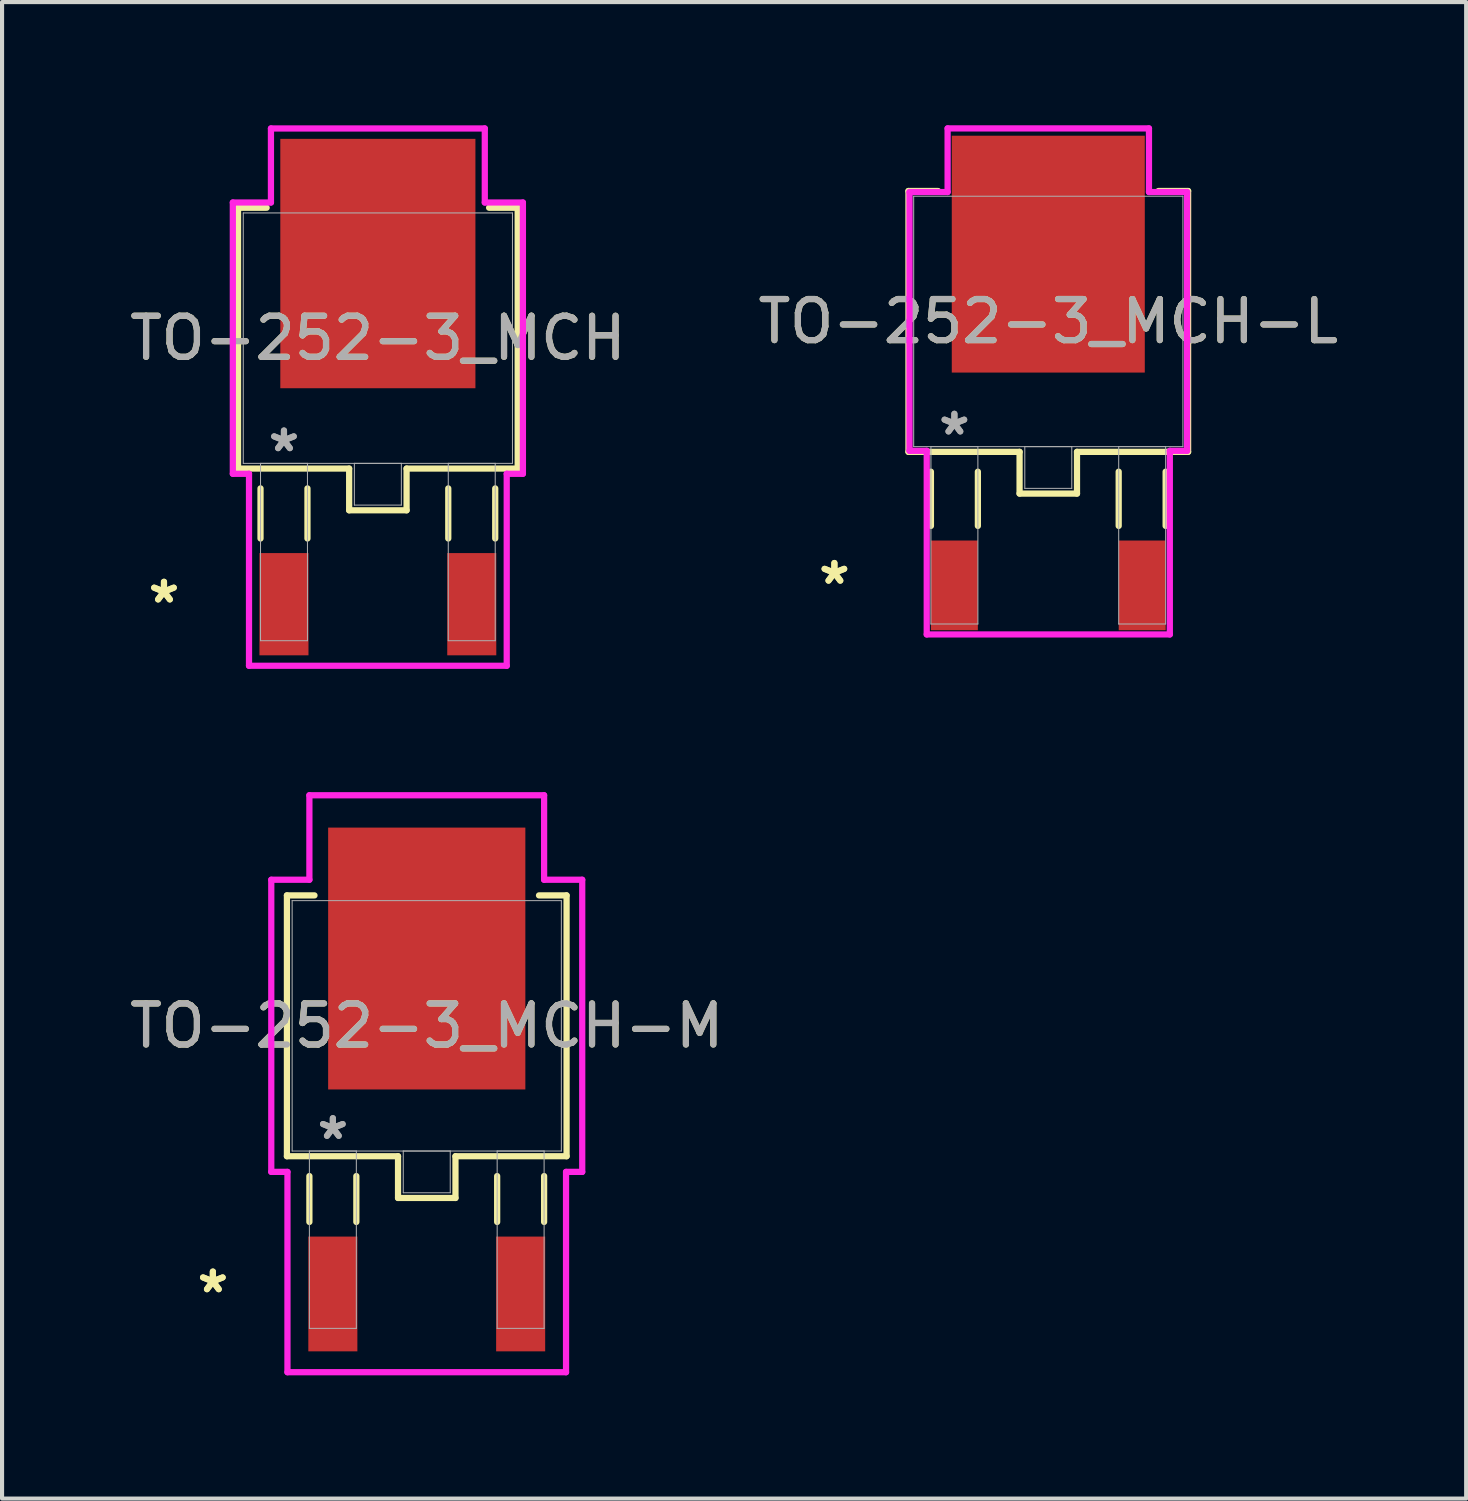
<source format=kicad_pcb>
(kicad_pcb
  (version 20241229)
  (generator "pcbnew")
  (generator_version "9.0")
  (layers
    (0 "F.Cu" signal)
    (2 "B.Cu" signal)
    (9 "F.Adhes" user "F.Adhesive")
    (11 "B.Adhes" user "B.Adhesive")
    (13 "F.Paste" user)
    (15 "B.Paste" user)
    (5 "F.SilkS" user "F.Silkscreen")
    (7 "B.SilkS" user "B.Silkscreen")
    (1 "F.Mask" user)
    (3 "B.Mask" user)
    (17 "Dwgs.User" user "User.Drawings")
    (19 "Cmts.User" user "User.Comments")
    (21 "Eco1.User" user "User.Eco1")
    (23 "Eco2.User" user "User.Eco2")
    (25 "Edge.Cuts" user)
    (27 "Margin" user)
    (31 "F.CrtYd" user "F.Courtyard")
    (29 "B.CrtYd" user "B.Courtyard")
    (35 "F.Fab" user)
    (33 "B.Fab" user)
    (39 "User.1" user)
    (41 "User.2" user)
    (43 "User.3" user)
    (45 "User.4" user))
  (footprint "TO-252-3_MCH-M"
    (layer "F.Cu")
    (at 7.339 21.923)
    (property "Reference" "TO-252-3_MCH-M" (at 0 0 0) (unlocked yes) (layer "F.SilkS") (effects (font (size 1 1) (thickness 0.15))))
    (attr smd)
    (fp_line (start -3.404 -3.175) (end -3.404 3.175) (stroke (width 0.152) (type solid)) (layer "F.SilkS"))
    (fp_line (start -3.404 3.175) (end -0.699 3.175) (stroke (width 0.152) (type solid)) (layer "F.SilkS"))
    (fp_line (start -2.857 3.658) (end -2.857 4.775) (stroke (width 0.152) (type solid)) (layer "F.SilkS"))
    (fp_line (start -2.733 -3.175) (end -3.404 -3.175) (stroke (width 0.152) (type solid)) (layer "F.SilkS"))
    (fp_line (start -1.714 3.658) (end -1.714 4.775) (stroke (width 0.152) (type solid)) (layer "F.SilkS"))
    (fp_line (start -0.699 3.175) (end -0.699 4.191) (stroke (width 0.152) (type solid)) (layer "F.SilkS"))
    (fp_line (start -0.699 4.191) (end 0.699 4.191) (stroke (width 0.152) (type solid)) (layer "F.SilkS"))
    (fp_line (start 0.699 3.175) (end 3.404 3.175) (stroke (width 0.152) (type solid)) (layer "F.SilkS"))
    (fp_line (start 0.699 4.191) (end 0.699 3.175) (stroke (width 0.152) (type solid)) (layer "F.SilkS"))
    (fp_line (start 1.714 3.658) (end 1.714 4.775) (stroke (width 0.152) (type solid)) (layer "F.SilkS"))
    (fp_line (start 2.857 3.658) (end 2.857 4.775) (stroke (width 0.152) (type solid)) (layer "F.SilkS"))
    (fp_line (start 3.404 -3.175) (end 2.733 -3.175) (stroke (width 0.152) (type solid)) (layer "F.SilkS"))
    (fp_line (start 3.404 3.175) (end 3.404 -3.175) (stroke (width 0.152) (type solid)) (layer "F.SilkS"))
    (fp_line (start -3.785 -3.556) (end -2.857 -3.556) (stroke (width 0.152) (type solid)) (layer "F.CrtYd"))
    (fp_line (start -3.785 3.556) (end -3.785 -3.556) (stroke (width 0.152) (type solid)) (layer "F.CrtYd"))
    (fp_line (start -3.391 3.556) (end -3.785 3.556) (stroke (width 0.152) (type solid)) (layer "F.CrtYd"))
    (fp_line (start -3.391 8.433) (end -3.391 3.556) (stroke (width 0.152) (type solid)) (layer "F.CrtYd"))
    (fp_line (start -2.857 -5.613) (end 2.857 -5.613) (stroke (width 0.152) (type solid)) (layer "F.CrtYd"))
    (fp_line (start -2.857 -3.556) (end -2.857 -5.613) (stroke (width 0.152) (type solid)) (layer "F.CrtYd"))
    (fp_line (start 2.857 -5.613) (end 2.857 -3.556) (stroke (width 0.152) (type solid)) (layer "F.CrtYd"))
    (fp_line (start 2.857 -3.556) (end 3.785 -3.556) (stroke (width 0.152) (type solid)) (layer "F.CrtYd"))
    (fp_line (start 3.391 3.556) (end 3.391 8.433) (stroke (width 0.152) (type solid)) (layer "F.CrtYd"))
    (fp_line (start 3.391 8.433) (end -3.391 8.433) (stroke (width 0.152) (type solid)) (layer "F.CrtYd"))
    (fp_line (start 3.785 -3.556) (end 3.785 3.556) (stroke (width 0.152) (type solid)) (layer "F.CrtYd"))
    (fp_line (start 3.785 3.556) (end 3.391 3.556) (stroke (width 0.152) (type solid)) (layer "F.CrtYd"))
    (fp_line (start -3.277 -3.048) (end -3.277 3.048) (stroke (width 0.025) (type solid)) (layer "F.Fab"))
    (fp_line (start -3.277 3.048) (end 3.277 3.048) (stroke (width 0.025) (type solid)) (layer "F.Fab"))
    (fp_line (start -2.857 3.048) (end -2.857 7.366) (stroke (width 0.025) (type solid)) (layer "F.Fab"))
    (fp_line (start -2.857 7.366) (end -1.714 7.366) (stroke (width 0.025) (type solid)) (layer "F.Fab"))
    (fp_line (start -1.714 3.048) (end -2.857 3.048) (stroke (width 0.025) (type solid)) (layer "F.Fab"))
    (fp_line (start -1.714 7.366) (end -1.714 3.048) (stroke (width 0.025) (type solid)) (layer "F.Fab"))
    (fp_line (start -0.572 3.048) (end -0.572 4.064) (stroke (width 0.025) (type solid)) (layer "F.Fab"))
    (fp_line (start -0.572 4.064) (end 0.572 4.064) (stroke (width 0.025) (type solid)) (layer "F.Fab"))
    (fp_line (start 0.572 3.048) (end -0.572 3.048) (stroke (width 0.025) (type solid)) (layer "F.Fab"))
    (fp_line (start 0.572 4.064) (end 0.572 3.048) (stroke (width 0.025) (type solid)) (layer "F.Fab"))
    (fp_line (start 1.714 3.048) (end 1.714 7.366) (stroke (width 0.025) (type solid)) (layer "F.Fab"))
    (fp_line (start 1.714 7.366) (end 2.857 7.366) (stroke (width 0.025) (type solid)) (layer "F.Fab"))
    (fp_line (start 2.857 3.048) (end 1.714 3.048) (stroke (width 0.025) (type solid)) (layer "F.Fab"))
    (fp_line (start 2.857 7.366) (end 2.857 3.048) (stroke (width 0.025) (type solid)) (layer "F.Fab"))
    (fp_line (start 3.277 -3.048) (end -3.277 -3.048) (stroke (width 0.025) (type solid)) (layer "F.Fab"))
    (fp_line (start 3.277 3.048) (end 3.277 -3.048) (stroke (width 0.025) (type solid)) (layer "F.Fab"))
    (fp_text user "*" (at -5.207 6.528 0) (layer "F.SilkS") (effects (font (size 1 1) (thickness 0.15))))
    (fp_text user "*" (at -5.207 6.528 0) (unlocked yes) (layer "F.SilkS") (effects (font (size 1 1) (thickness 0.15))))
    (fp_text user "*" (at -2.286 2.794 0) (unlocked yes) (layer "F.Fab") (effects (font (size 1 1) (thickness 0.15))))
    (fp_text user "${REFERENCE}" (at 0 0 0) (unlocked yes) (layer "F.Fab") (effects (font (size 1 1) (thickness 0.15))))
    (fp_text user "*" (at -2.286 2.794 0) (layer "F.Fab") (effects (font (size 1 1) (thickness 0.15))))
    (pad "1" smd rect (at -2.286 6.528) (size 1.194 2.794) (layers "F.Cu" "F.Mask" "F.Paste"))
    (pad "2" smd rect (at 2.286 6.528) (size 1.194 2.794) (layers "F.Cu" "F.Mask" "F.Paste"))
    (pad "3" smd rect (at 0 -1.638) (size 4.801 6.375) (layers "F.Cu" "F.Mask" "F.Paste")))
  (footprint "TO-252-3_MCH"
    (layer "F.Cu")
    (at 6.149 5.182)
    (property "Reference" "TO-252-3_MCH" (at 0 0 0) (unlocked yes) (layer "F.SilkS") (effects (font (size 1 1) (thickness 0.15))))
    (attr smd)
    (fp_line (start -3.404 -3.175) (end -3.404 3.175) (stroke (width 0.152) (type solid)) (layer "F.SilkS"))
    (fp_line (start -3.404 3.175) (end -0.699 3.175) (stroke (width 0.152) (type solid)) (layer "F.SilkS"))
    (fp_line (start -2.857 3.658) (end -2.857 4.877) (stroke (width 0.152) (type solid)) (layer "F.SilkS"))
    (fp_line (start -2.708 -3.175) (end -3.404 -3.175) (stroke (width 0.152) (type solid)) (layer "F.SilkS"))
    (fp_line (start -1.714 3.658) (end -1.714 4.877) (stroke (width 0.152) (type solid)) (layer "F.SilkS"))
    (fp_line (start -0.699 3.175) (end -0.699 4.191) (stroke (width 0.152) (type solid)) (layer "F.SilkS"))
    (fp_line (start -0.699 4.191) (end 0.699 4.191) (stroke (width 0.152) (type solid)) (layer "F.SilkS"))
    (fp_line (start 0.699 3.175) (end 3.404 3.175) (stroke (width 0.152) (type solid)) (layer "F.SilkS"))
    (fp_line (start 0.699 4.191) (end 0.699 3.175) (stroke (width 0.152) (type solid)) (layer "F.SilkS"))
    (fp_line (start 1.714 3.658) (end 1.714 4.877) (stroke (width 0.152) (type solid)) (layer "F.SilkS"))
    (fp_line (start 2.857 3.658) (end 2.857 4.877) (stroke (width 0.152) (type solid)) (layer "F.SilkS"))
    (fp_line (start 3.404 -3.175) (end 2.708 -3.175) (stroke (width 0.152) (type solid)) (layer "F.SilkS"))
    (fp_line (start 3.404 3.175) (end 3.404 -3.175) (stroke (width 0.152) (type solid)) (layer "F.SilkS"))
    (fp_line (start -3.531 -3.302) (end -2.603 -3.302) (stroke (width 0.152) (type solid)) (layer "F.CrtYd"))
    (fp_line (start -3.531 3.302) (end -3.531 -3.302) (stroke (width 0.152) (type solid)) (layer "F.CrtYd"))
    (fp_line (start -3.137 3.302) (end -3.531 3.302) (stroke (width 0.152) (type solid)) (layer "F.CrtYd"))
    (fp_line (start -3.137 7.976) (end -3.137 3.302) (stroke (width 0.152) (type solid)) (layer "F.CrtYd"))
    (fp_line (start -2.603 -5.105) (end 2.603 -5.105) (stroke (width 0.152) (type solid)) (layer "F.CrtYd"))
    (fp_line (start -2.603 -3.302) (end -2.603 -5.105) (stroke (width 0.152) (type solid)) (layer "F.CrtYd"))
    (fp_line (start 2.603 -5.105) (end 2.603 -3.302) (stroke (width 0.152) (type solid)) (layer "F.CrtYd"))
    (fp_line (start 2.603 -3.302) (end 3.531 -3.302) (stroke (width 0.152) (type solid)) (layer "F.CrtYd"))
    (fp_line (start 3.137 3.302) (end 3.137 7.976) (stroke (width 0.152) (type solid)) (layer "F.CrtYd"))
    (fp_line (start 3.137 7.976) (end -3.137 7.976) (stroke (width 0.152) (type solid)) (layer "F.CrtYd"))
    (fp_line (start 3.531 -3.302) (end 3.531 3.302) (stroke (width 0.152) (type solid)) (layer "F.CrtYd"))
    (fp_line (start 3.531 3.302) (end 3.137 3.302) (stroke (width 0.152) (type solid)) (layer "F.CrtYd"))
    (fp_line (start -3.277 -3.048) (end -3.277 3.048) (stroke (width 0.025) (type solid)) (layer "F.Fab"))
    (fp_line (start -3.277 3.048) (end 3.277 3.048) (stroke (width 0.025) (type solid)) (layer "F.Fab"))
    (fp_line (start -2.857 3.048) (end -2.857 7.366) (stroke (width 0.025) (type solid)) (layer "F.Fab"))
    (fp_line (start -2.857 7.366) (end -1.714 7.366) (stroke (width 0.025) (type solid)) (layer "F.Fab"))
    (fp_line (start -1.714 3.048) (end -2.857 3.048) (stroke (width 0.025) (type solid)) (layer "F.Fab"))
    (fp_line (start -1.714 7.366) (end -1.714 3.048) (stroke (width 0.025) (type solid)) (layer "F.Fab"))
    (fp_line (start -0.572 3.048) (end -0.572 4.064) (stroke (width 0.025) (type solid)) (layer "F.Fab"))
    (fp_line (start -0.572 4.064) (end 0.572 4.064) (stroke (width 0.025) (type solid)) (layer "F.Fab"))
    (fp_line (start 0.572 3.048) (end -0.572 3.048) (stroke (width 0.025) (type solid)) (layer "F.Fab"))
    (fp_line (start 0.572 4.064) (end 0.572 3.048) (stroke (width 0.025) (type solid)) (layer "F.Fab"))
    (fp_line (start 1.714 3.048) (end 1.714 7.366) (stroke (width 0.025) (type solid)) (layer "F.Fab"))
    (fp_line (start 1.714 7.366) (end 2.857 7.366) (stroke (width 0.025) (type solid)) (layer "F.Fab"))
    (fp_line (start 2.857 3.048) (end 1.714 3.048) (stroke (width 0.025) (type solid)) (layer "F.Fab"))
    (fp_line (start 2.857 7.366) (end 2.857 3.048) (stroke (width 0.025) (type solid)) (layer "F.Fab"))
    (fp_line (start 3.277 -3.048) (end -3.277 -3.048) (stroke (width 0.025) (type solid)) (layer "F.Fab"))
    (fp_line (start 3.277 3.048) (end 3.277 -3.048) (stroke (width 0.025) (type solid)) (layer "F.Fab"))
    (fp_text user "*" (at -5.207 6.477 0) (unlocked yes) (layer "F.SilkS") (effects (font (size 1 1) (thickness 0.15))))
    (fp_text user "*" (at -5.207 6.477 0) (layer "F.SilkS") (effects (font (size 1 1) (thickness 0.15))))
    (fp_text user "${REFERENCE}" (at 0 0 0) (unlocked yes) (layer "F.Fab") (effects (font (size 1 1) (thickness 0.15))))
    (fp_text user "*" (at -2.286 2.794 0) (layer "F.Fab") (effects (font (size 1 1) (thickness 0.15))))
    (fp_text user "*" (at -2.286 2.794 0) (unlocked yes) (layer "F.Fab") (effects (font (size 1 1) (thickness 0.15))))
    (pad "1" smd rect (at -2.286 6.477) (size 1.194 2.489) (layers "F.Cu" "F.Mask" "F.Paste"))
    (pad "2" smd rect (at 2.286 6.477) (size 1.194 2.489) (layers "F.Cu" "F.Mask" "F.Paste"))
    (pad "3" smd rect (at 0 -1.816) (size 4.75 6.071) (layers "F.Cu" "F.Mask" "F.Paste")))
  (footprint "TO-252-3_MCH-L"
    (layer "F.Cu")
    (at 22.47 4.775)
    (property "Reference" "TO-252-3_MCH-L" (at 0 0 0) (unlocked yes) (layer "F.SilkS") (effects (font (size 1 1) (thickness 0.15))))
    (attr smd)
    (fp_line (start -3.404 -3.175) (end -3.404 3.175) (stroke (width 0.152) (type solid)) (layer "F.SilkS"))
    (fp_line (start -3.404 3.175) (end -0.699 3.175) (stroke (width 0.152) (type solid)) (layer "F.SilkS"))
    (fp_line (start -2.857 3.658) (end -2.857 4.978) (stroke (width 0.152) (type solid)) (layer "F.SilkS"))
    (fp_line (start -2.682 -3.175) (end -3.404 -3.175) (stroke (width 0.152) (type solid)) (layer "F.SilkS"))
    (fp_line (start -1.714 3.658) (end -1.714 4.978) (stroke (width 0.152) (type solid)) (layer "F.SilkS"))
    (fp_line (start -0.699 3.175) (end -0.699 4.191) (stroke (width 0.152) (type solid)) (layer "F.SilkS"))
    (fp_line (start -0.699 4.191) (end 0.699 4.191) (stroke (width 0.152) (type solid)) (layer "F.SilkS"))
    (fp_line (start 0.699 3.175) (end 3.404 3.175) (stroke (width 0.152) (type solid)) (layer "F.SilkS"))
    (fp_line (start 0.699 4.191) (end 0.699 3.175) (stroke (width 0.152) (type solid)) (layer "F.SilkS"))
    (fp_line (start 1.714 3.658) (end 1.714 4.978) (stroke (width 0.152) (type solid)) (layer "F.SilkS"))
    (fp_line (start 2.857 3.658) (end 2.857 4.978) (stroke (width 0.152) (type solid)) (layer "F.SilkS"))
    (fp_line (start 3.404 -3.175) (end 2.682 -3.175) (stroke (width 0.152) (type solid)) (layer "F.SilkS"))
    (fp_line (start 3.404 3.175) (end 3.404 -3.175) (stroke (width 0.152) (type solid)) (layer "F.SilkS"))
    (fp_line (start -3.378 -3.15) (end -2.451 -3.15) (stroke (width 0.152) (type solid)) (layer "F.CrtYd"))
    (fp_line (start -3.378 3.15) (end -3.378 -3.15) (stroke (width 0.152) (type solid)) (layer "F.CrtYd"))
    (fp_line (start -2.959 3.15) (end -3.378 3.15) (stroke (width 0.152) (type solid)) (layer "F.CrtYd"))
    (fp_line (start -2.959 7.62) (end -2.959 3.15) (stroke (width 0.152) (type solid)) (layer "F.CrtYd"))
    (fp_line (start -2.451 -4.699) (end 2.451 -4.699) (stroke (width 0.152) (type solid)) (layer "F.CrtYd"))
    (fp_line (start -2.451 -3.15) (end -2.451 -4.699) (stroke (width 0.152) (type solid)) (layer "F.CrtYd"))
    (fp_line (start 2.451 -4.699) (end 2.451 -3.15) (stroke (width 0.152) (type solid)) (layer "F.CrtYd"))
    (fp_line (start 2.451 -3.15) (end 3.378 -3.15) (stroke (width 0.152) (type solid)) (layer "F.CrtYd"))
    (fp_line (start 2.959 3.15) (end 2.959 7.62) (stroke (width 0.152) (type solid)) (layer "F.CrtYd"))
    (fp_line (start 2.959 7.62) (end -2.959 7.62) (stroke (width 0.152) (type solid)) (layer "F.CrtYd"))
    (fp_line (start 3.378 -3.15) (end 3.378 3.15) (stroke (width 0.152) (type solid)) (layer "F.CrtYd"))
    (fp_line (start 3.378 3.15) (end 2.959 3.15) (stroke (width 0.152) (type solid)) (layer "F.CrtYd"))
    (fp_line (start -3.277 -3.048) (end -3.277 3.048) (stroke (width 0.025) (type solid)) (layer "F.Fab"))
    (fp_line (start -3.277 3.048) (end 3.277 3.048) (stroke (width 0.025) (type solid)) (layer "F.Fab"))
    (fp_line (start -2.857 3.048) (end -2.857 7.366) (stroke (width 0.025) (type solid)) (layer "F.Fab"))
    (fp_line (start -2.857 7.366) (end -1.714 7.366) (stroke (width 0.025) (type solid)) (layer "F.Fab"))
    (fp_line (start -1.714 3.048) (end -2.857 3.048) (stroke (width 0.025) (type solid)) (layer "F.Fab"))
    (fp_line (start -1.714 7.366) (end -1.714 3.048) (stroke (width 0.025) (type solid)) (layer "F.Fab"))
    (fp_line (start -0.572 3.048) (end -0.572 4.064) (stroke (width 0.025) (type solid)) (layer "F.Fab"))
    (fp_line (start -0.572 4.064) (end 0.572 4.064) (stroke (width 0.025) (type solid)) (layer "F.Fab"))
    (fp_line (start 0.572 3.048) (end -0.572 3.048) (stroke (width 0.025) (type solid)) (layer "F.Fab"))
    (fp_line (start 0.572 4.064) (end 0.572 3.048) (stroke (width 0.025) (type solid)) (layer "F.Fab"))
    (fp_line (start 1.714 3.048) (end 1.714 7.366) (stroke (width 0.025) (type solid)) (layer "F.Fab"))
    (fp_line (start 1.714 7.366) (end 2.857 7.366) (stroke (width 0.025) (type solid)) (layer "F.Fab"))
    (fp_line (start 2.857 3.048) (end 1.714 3.048) (stroke (width 0.025) (type solid)) (layer "F.Fab"))
    (fp_line (start 2.857 7.366) (end 2.857 3.048) (stroke (width 0.025) (type solid)) (layer "F.Fab"))
    (fp_line (start 3.277 -3.048) (end -3.277 -3.048) (stroke (width 0.025) (type solid)) (layer "F.Fab"))
    (fp_line (start 3.277 3.048) (end 3.277 -3.048) (stroke (width 0.025) (type solid)) (layer "F.Fab"))
    (fp_text user "*" (at -5.207 6.426 0) (layer "F.SilkS") (effects (font (size 1 1) (thickness 0.15))))
    (fp_text user "*" (at -5.207 6.426 0) (unlocked yes) (layer "F.SilkS") (effects (font (size 1 1) (thickness 0.15))))
    (fp_text user "*" (at -2.286 2.794 0) (layer "F.Fab") (effects (font (size 1 1) (thickness 0.15))))
    (fp_text user "*" (at -2.286 2.794 0) (unlocked yes) (layer "F.Fab") (effects (font (size 1 1) (thickness 0.15))))
    (fp_text user "${REFERENCE}" (at 0 0 0) (unlocked yes) (layer "F.Fab") (effects (font (size 1 1) (thickness 0.15))))
    (pad "1" smd rect (at -2.286 6.426) (size 1.143 2.184) (layers "F.Cu" "F.Mask" "F.Paste"))
    (pad "2" smd rect (at 2.286 6.426) (size 1.143 2.184) (layers "F.Cu" "F.Mask" "F.Paste"))
    (pad "3" smd rect (at 0 -1.638) (size 4.699 5.766) (layers "F.Cu" "F.Mask" "F.Paste")))
  (gr_rect
    (start -3 -3)
    (end 32.643 33.432)
    (stroke (width 0.1) (type default))
    (fill no)
    (layer "Edge.Cuts")))
</source>
